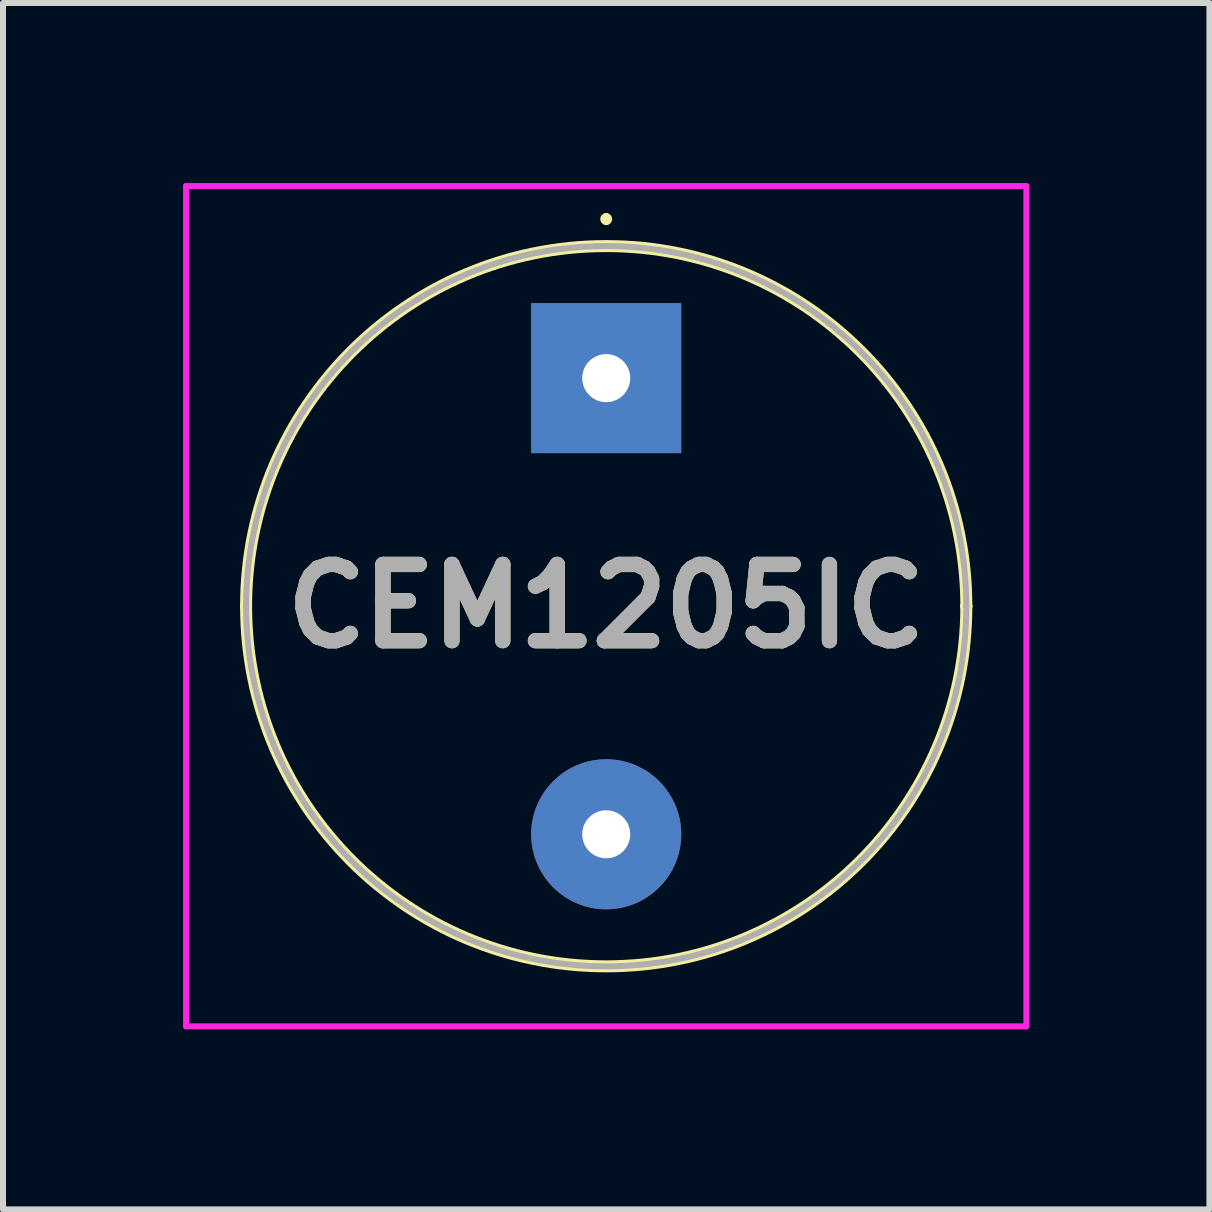
<source format=kicad_pcb>
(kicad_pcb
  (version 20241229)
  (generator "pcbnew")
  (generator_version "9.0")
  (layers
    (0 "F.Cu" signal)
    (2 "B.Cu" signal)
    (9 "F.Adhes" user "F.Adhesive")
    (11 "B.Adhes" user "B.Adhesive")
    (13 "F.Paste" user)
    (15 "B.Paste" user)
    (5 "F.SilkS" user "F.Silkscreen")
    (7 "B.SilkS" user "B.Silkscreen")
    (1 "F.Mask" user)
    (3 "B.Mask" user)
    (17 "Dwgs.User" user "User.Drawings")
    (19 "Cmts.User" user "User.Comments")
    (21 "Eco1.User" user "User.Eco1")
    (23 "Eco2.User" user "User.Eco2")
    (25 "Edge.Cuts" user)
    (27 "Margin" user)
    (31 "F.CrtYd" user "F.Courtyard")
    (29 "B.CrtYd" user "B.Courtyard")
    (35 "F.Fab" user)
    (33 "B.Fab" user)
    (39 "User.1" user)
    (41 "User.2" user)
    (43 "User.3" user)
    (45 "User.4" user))
  (footprint "CEM1205IC"
    (layer "F.Cu")
    (at 7.05 3.25)
    (property "Reference" "CEM1205IC" (at 0 3.8 0) (layer "F.SilkS") (effects (font (size 1.27 1.27) (thickness 0.254))))
    (attr through_hole)
    (fp_line (start -6 3.8) (end -6 3.8) (stroke (width 0.2) (type solid)) (layer "F.SilkS"))
    (fp_line (start 0 -2.7) (end 0 -2.7) (stroke (width 0.1) (type solid)) (layer "F.SilkS"))
    (fp_line (start 0 -2.6) (end 0 -2.6) (stroke (width 0.1) (type solid)) (layer "F.SilkS"))
    (fp_line (start 6 3.8) (end 6 3.8) (stroke (width 0.2) (type solid)) (layer "F.SilkS"))
    (fp_arc (start -6 3.8) (mid 0 -2.2) (end 6 3.8) (stroke (width 0.2) (type solid)) (layer "F.SilkS"))
    (fp_arc (start 0 -2.7) (mid 0.05 -2.65) (end 0 -2.6) (stroke (width 0.1) (type solid)) (layer "F.SilkS"))
    (fp_arc (start 0 -2.6) (mid -0.05 -2.65) (end 0 -2.7) (stroke (width 0.1) (type solid)) (layer "F.SilkS"))
    (fp_arc (start 6 3.8) (mid 0 9.8) (end -6 3.8) (stroke (width 0.2) (type solid)) (layer "F.SilkS"))
    (fp_line (start -7 -3.2) (end 7 -3.2) (stroke (width 0.1) (type solid)) (layer "F.CrtYd"))
    (fp_line (start -7 10.8) (end -7 -3.2) (stroke (width 0.1) (type solid)) (layer "F.CrtYd"))
    (fp_line (start 7 -3.2) (end 7 10.8) (stroke (width 0.1) (type solid)) (layer "F.CrtYd"))
    (fp_line (start 7 10.8) (end -7 10.8) (stroke (width 0.1) (type solid)) (layer "F.CrtYd"))
    (fp_line (start -6 3.8) (end -6 3.8) (stroke (width 0.1) (type solid)) (layer "F.Fab"))
    (fp_line (start 6 3.8) (end 6 3.8) (stroke (width 0.1) (type solid)) (layer "F.Fab"))
    (fp_arc (start -6 3.8) (mid 0 -2.2) (end 6 3.8) (stroke (width 0.1) (type solid)) (layer "F.Fab"))
    (fp_arc (start 6 3.8) (mid 0 9.8) (end -6 3.8) (stroke (width 0.1) (type solid)) (layer "F.Fab"))
    (fp_text user "${REFERENCE}" (at 0 3.8 0) (layer "F.Fab") (effects (font (size 1.27 1.27) (thickness 0.254))))
    (pad "1" thru_hole rect (at 0 0) (size 2.5 2.5) (drill 0.8) (layers "*.Cu" "*.Mask"))
    (pad "2" thru_hole circle (at 0 7.6) (size 2.5 2.5) (drill 0.8) (layers "*.Cu" "*.Mask")))
  (gr_rect
    (start -3 -3)
    (end 17.1 17.1)
    (stroke (width 0.1) (type default))
    (fill no)
    (layer "Edge.Cuts")))
</source>
